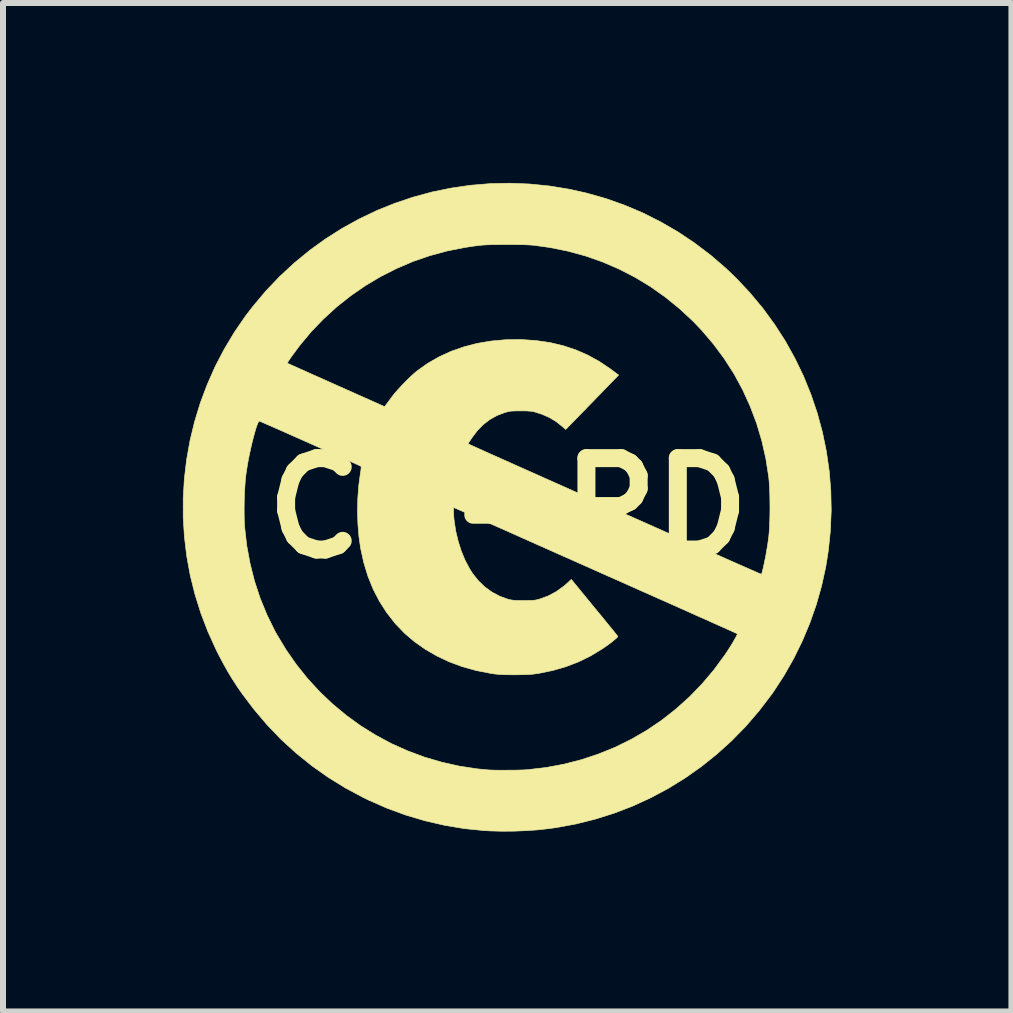
<source format=kicad_pcb>
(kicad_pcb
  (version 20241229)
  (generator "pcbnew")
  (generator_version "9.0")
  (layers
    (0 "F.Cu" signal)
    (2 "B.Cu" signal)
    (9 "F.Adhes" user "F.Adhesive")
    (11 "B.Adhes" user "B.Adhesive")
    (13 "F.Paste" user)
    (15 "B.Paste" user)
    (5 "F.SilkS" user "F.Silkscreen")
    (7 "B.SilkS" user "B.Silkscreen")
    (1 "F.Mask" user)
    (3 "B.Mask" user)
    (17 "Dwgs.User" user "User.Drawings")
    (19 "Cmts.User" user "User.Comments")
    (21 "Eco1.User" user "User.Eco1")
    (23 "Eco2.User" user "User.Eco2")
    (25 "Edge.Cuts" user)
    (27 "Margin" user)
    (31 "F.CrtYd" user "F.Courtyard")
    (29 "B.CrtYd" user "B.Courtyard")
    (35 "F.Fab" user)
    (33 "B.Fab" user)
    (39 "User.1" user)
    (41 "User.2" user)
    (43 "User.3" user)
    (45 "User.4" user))
  (footprint "CC-PD"
    (layer "F.Cu")
    (at 5.422 5.424)
    (property "Reference" "CC-PD" (at 0 0 0) (layer "F.SilkS") (effects (font (size 1.524 1.524) (thickness 0.3))))
    (attr through_hole)
    (fp_poly (pts (xy 0.357 -5.406) (xy 0.688 -5.373) (xy 1.019 -5.319) (xy 1.311 -5.254) (xy 1.632 -5.163) (xy 1.945 -5.052) (xy 2.251 -4.922) (xy 2.548 -4.772) (xy 2.836 -4.605) (xy 3.114 -4.419) (xy 3.38 -4.217) (xy 3.635 -3.997) (xy 3.804 -3.835) (xy 4.035 -3.589) (xy 4.249 -3.332) (xy 4.445 -3.063) (xy 4.624 -2.785) (xy 4.784 -2.497) (xy 4.927 -2.2) (xy 5.05 -1.896) (xy 5.155 -1.586) (xy 5.241 -1.269) (xy 5.307 -0.948) (xy 5.354 -0.622) (xy 5.381 -0.293) (xy 5.388 0.039) (xy 5.374 0.372) (xy 5.34 0.706) (xy 5.297 0.978) (xy 5.228 1.292) (xy 5.14 1.605) (xy 5.032 1.913) (xy 4.906 2.214) (xy 4.762 2.507) (xy 4.602 2.789) (xy 4.427 3.058) (xy 4.393 3.106) (xy 4.186 3.377) (xy 3.966 3.634) (xy 3.731 3.874) (xy 3.484 4.098) (xy 3.225 4.306) (xy 2.954 4.497) (xy 2.673 4.671) (xy 2.381 4.827) (xy 2.081 4.965) (xy 1.772 5.084) (xy 1.455 5.184) (xy 1.131 5.265) (xy 0.801 5.326) (xy 0.667 5.344) (xy 0.486 5.364) (xy 0.292 5.377) (xy 0.093 5.385) (xy -0.105 5.386) (xy -0.294 5.381) (xy -0.402 5.375) (xy -0.732 5.342) (xy -1.06 5.287) (xy -1.385 5.212) (xy -1.705 5.117) (xy -2.019 5.002) (xy -2.326 4.867) (xy -2.413 4.825) (xy -2.714 4.664) (xy -3.002 4.486) (xy -3.276 4.292) (xy -3.536 4.082) (xy -3.784 3.856) (xy -4.018 3.612) (xy -4.238 3.353) (xy -4.425 3.106) (xy -4.516 2.976) (xy -4.598 2.849) (xy -4.676 2.72) (xy -4.752 2.584) (xy -4.83 2.436) (xy -4.868 2.36) (xy -5.005 2.058) (xy -5.123 1.75) (xy -5.221 1.437) (xy -5.3 1.12) (xy -5.358 0.8) (xy -5.397 0.478) (xy -5.417 0.155) (xy -5.417 0.092) (xy -4.401 0.092) (xy -4.399 0.198) (xy -4.395 0.289) (xy -4.393 0.312) (xy -4.358 0.622) (xy -4.302 0.924) (xy -4.228 1.217) (xy -4.134 1.502) (xy -4.02 1.779) (xy -3.888 2.048) (xy -3.863 2.093) (xy -3.705 2.356) (xy -3.532 2.605) (xy -3.344 2.84) (xy -3.141 3.061) (xy -2.925 3.266) (xy -2.697 3.455) (xy -2.457 3.629) (xy -2.206 3.785) (xy -1.945 3.925) (xy -1.675 4.046) (xy -1.396 4.15) (xy -1.11 4.234) (xy -0.816 4.3) (xy -0.516 4.346) (xy -0.328 4.364) (xy -0.282 4.366) (xy -0.219 4.368) (xy -0.144 4.369) (xy -0.061 4.369) (xy 0.025 4.368) (xy 0.109 4.368) (xy 0.187 4.366) (xy 0.256 4.364) (xy 0.309 4.361) (xy 0.323 4.36) (xy 0.631 4.324) (xy 0.932 4.268) (xy 1.226 4.192) (xy 1.512 4.097) (xy 1.789 3.984) (xy 2.057 3.852) (xy 2.315 3.702) (xy 2.562 3.535) (xy 2.797 3.35) (xy 3.021 3.149) (xy 3.232 2.932) (xy 3.43 2.698) (xy 3.613 2.449) (xy 3.641 2.408) (xy 3.677 2.353) (xy 3.713 2.296) (xy 3.746 2.242) (xy 3.775 2.191) (xy 3.799 2.149) (xy 3.816 2.116) (xy 3.823 2.097) (xy 3.823 2.094) (xy 3.812 2.089) (xy 3.784 2.076) (xy 3.738 2.055) (xy 3.675 2.027) (xy 3.598 1.992) (xy 3.506 1.951) (xy 3.4 1.904) (xy 3.283 1.851) (xy 3.154 1.794) (xy 3.014 1.731) (xy 2.866 1.665) (xy 2.709 1.595) (xy 2.545 1.522) (xy 2.374 1.446) (xy 2.198 1.368) (xy 2.18 1.36) (xy 1.99 1.275) (xy 1.797 1.189) (xy 1.602 1.103) (xy 1.408 1.016) (xy 1.216 0.931) (xy 1.028 0.847) (xy 0.844 0.766) (xy 0.668 0.687) (xy 0.501 0.613) (xy 0.344 0.543) (xy 0.199 0.478) (xy 0.068 0.42) (xy -0.048 0.368) (xy -0.147 0.324) (xy -0.177 0.311) (xy -0.293 0.259) (xy -0.404 0.21) (xy -0.508 0.164) (xy -0.603 0.122) (xy -0.687 0.084) (xy -0.76 0.052) (xy -0.82 0.026) (xy -0.865 0.006) (xy -0.894 -0.006) (xy -0.905 -0.011) (xy -0.905 -0.011) (xy -0.908 -0.001) (xy -0.91 0.026) (xy -0.909 0.067) (xy -0.907 0.117) (xy -0.903 0.174) (xy -0.899 0.209) (xy -0.873 0.382) (xy -0.832 0.552) (xy -0.78 0.716) (xy -0.716 0.87) (xy -0.641 1.011) (xy -0.587 1.095) (xy -0.492 1.213) (xy -0.384 1.316) (xy -0.264 1.402) (xy -0.134 1.47) (xy -0.024 1.51) (xy 0.012 1.521) (xy 0.043 1.528) (xy 0.075 1.533) (xy 0.112 1.537) (xy 0.158 1.538) (xy 0.219 1.539) (xy 0.254 1.539) (xy 0.324 1.539) (xy 0.378 1.538) (xy 0.42 1.536) (xy 0.455 1.532) (xy 0.487 1.525) (xy 0.52 1.516) (xy 0.524 1.515) (xy 0.668 1.463) (xy 0.803 1.391) (xy 0.929 1.3) (xy 0.988 1.249) (xy 1.054 1.187) (xy 1.439 1.657) (xy 1.51 1.743) (xy 1.577 1.824) (xy 1.638 1.9) (xy 1.693 1.967) (xy 1.741 2.025) (xy 1.779 2.073) (xy 1.807 2.108) (xy 1.824 2.13) (xy 1.829 2.136) (xy 1.823 2.149) (xy 1.801 2.171) (xy 1.767 2.2) (xy 1.723 2.236) (xy 1.671 2.275) (xy 1.613 2.316) (xy 1.572 2.344) (xy 1.378 2.462) (xy 1.176 2.561) (xy 0.965 2.642) (xy 0.744 2.706) (xy 0.51 2.754) (xy 0.439 2.764) (xy 0.396 2.769) (xy 0.336 2.773) (xy 0.264 2.775) (xy 0.183 2.777) (xy 0.101 2.778) (xy 0.012 2.777) (xy -0.061 2.776) (xy -0.122 2.773) (xy -0.177 2.769) (xy -0.231 2.763) (xy -0.289 2.754) (xy -0.296 2.753) (xy -0.534 2.706) (xy -0.763 2.642) (xy -0.98 2.562) (xy -1.186 2.465) (xy -1.38 2.353) (xy -1.56 2.226) (xy -1.726 2.085) (xy -1.876 1.929) (xy -1.892 1.91) (xy -2.028 1.735) (xy -2.148 1.547) (xy -2.251 1.347) (xy -2.337 1.134) (xy -2.406 0.908) (xy -2.458 0.672) (xy -2.459 0.667) (xy -2.487 0.471) (xy -2.504 0.264) (xy -2.511 0.051) (xy -2.506 -0.162) (xy -2.491 -0.369) (xy -2.465 -0.565) (xy -2.459 -0.602) (xy -2.453 -0.643) (xy -2.45 -0.676) (xy -2.451 -0.696) (xy -2.452 -0.698) (xy -2.463 -0.704) (xy -2.491 -0.717) (xy -2.535 -0.737) (xy -2.594 -0.764) (xy -2.665 -0.796) (xy -2.747 -0.833) (xy -2.839 -0.873) (xy -2.937 -0.917) (xy -3.041 -0.964) (xy -3.15 -1.012) (xy -3.26 -1.061) (xy -3.372 -1.111) (xy -3.482 -1.16) (xy -3.589 -1.207) (xy -3.692 -1.253) (xy -3.788 -1.296) (xy -3.877 -1.335) (xy -3.956 -1.37) (xy -4.024 -1.399) (xy -4.078 -1.423) (xy -4.118 -1.44) (xy -4.142 -1.45) (xy -4.147 -1.452) (xy -4.159 -1.444) (xy -4.173 -1.417) (xy -4.19 -1.374) (xy -4.209 -1.317) (xy -4.229 -1.247) (xy -4.25 -1.168) (xy -4.272 -1.081) (xy -4.293 -0.989) (xy -4.314 -0.893) (xy -4.333 -0.796) (xy -4.35 -0.701) (xy -4.364 -0.608) (xy -4.371 -0.561) (xy -4.381 -0.475) (xy -4.388 -0.373) (xy -4.395 -0.261) (xy -4.399 -0.142) (xy -4.401 -0.023) (xy -4.401 0.092) (xy -5.417 0.092) (xy -5.417 -0.168) (xy -5.398 -0.491) (xy -5.36 -0.812) (xy -5.303 -1.13) (xy -5.227 -1.444) (xy -5.132 -1.755) (xy -5.018 -2.059) (xy -4.886 -2.358) (xy -4.854 -2.42) (xy -3.682 -2.42) (xy -3.682 -2.419) (xy -3.672 -2.414) (xy -3.644 -2.401) (xy -3.599 -2.381) (xy -3.54 -2.355) (xy -3.467 -2.322) (xy -3.381 -2.284) (xy -3.285 -2.24) (xy -3.179 -2.193) (xy -3.066 -2.143) (xy -2.946 -2.089) (xy -2.868 -2.054) (xy -2.058 -1.693) (xy -2.041 -1.717) (xy -2.028 -1.735) (xy -2.005 -1.765) (xy -1.976 -1.804) (xy -1.944 -1.848) (xy -1.941 -1.852) (xy -1.894 -1.912) (xy -1.834 -1.98) (xy -1.767 -2.053) (xy -1.696 -2.126) (xy -1.626 -2.194) (xy -1.561 -2.253) (xy -1.518 -2.289) (xy -1.341 -2.415) (xy -1.151 -2.524) (xy -0.95 -2.616) (xy -0.739 -2.69) (xy -0.517 -2.748) (xy -0.286 -2.787) (xy -0.047 -2.809) (xy 0.199 -2.813) (xy 0.228 -2.812) (xy 0.469 -2.795) (xy 0.698 -2.762) (xy 0.918 -2.71) (xy 1.127 -2.641) (xy 1.328 -2.553) (xy 1.521 -2.447) (xy 1.707 -2.322) (xy 1.723 -2.31) (xy 1.843 -2.22) (xy 1.739 -2.113) (xy 1.709 -2.082) (xy 1.667 -2.039) (xy 1.614 -1.984) (xy 1.553 -1.921) (xy 1.485 -1.852) (xy 1.414 -1.778) (xy 1.34 -1.703) (xy 1.298 -1.659) (xy 0.961 -1.313) (xy 0.906 -1.361) (xy 0.802 -1.444) (xy 0.689 -1.512) (xy 0.564 -1.567) (xy 0.445 -1.605) (xy 0.409 -1.613) (xy 0.367 -1.618) (xy 0.316 -1.622) (xy 0.25 -1.623) (xy 0.206 -1.623) (xy 0.14 -1.623) (xy 0.089 -1.621) (xy 0.05 -1.619) (xy 0.016 -1.614) (xy -0.017 -1.606) (xy -0.055 -1.595) (xy -0.056 -1.595) (xy -0.187 -1.545) (xy -0.306 -1.478) (xy -0.415 -1.394) (xy -0.515 -1.291) (xy -0.603 -1.174) (xy -0.669 -1.075) (xy -0.639 -1.061) (xy -0.61 -1.047) (xy -0.563 -1.026) (xy -0.501 -0.998) (xy -0.423 -0.963) (xy -0.331 -0.921) (xy -0.225 -0.874) (xy -0.107 -0.821) (xy 0.022 -0.764) (xy 0.161 -0.701) (xy 0.31 -0.635) (xy 0.467 -0.565) (xy 0.632 -0.491) (xy 0.803 -0.415) (xy 0.979 -0.337) (xy 1.159 -0.256) (xy 1.343 -0.174) (xy 1.529 -0.091) (xy 1.717 -0.008) (xy 1.905 0.076) (xy 2.093 0.159) (xy 2.278 0.241) (xy 2.461 0.323) (xy 2.641 0.403) (xy 2.816 0.48) (xy 2.985 0.555) (xy 3.148 0.628) (xy 3.303 0.696) (xy 3.45 0.761) (xy 3.587 0.822) (xy 3.713 0.878) (xy 3.828 0.929) (xy 3.93 0.974) (xy 4.019 1.013) (xy 4.093 1.045) (xy 4.151 1.071) (xy 4.193 1.089) (xy 4.218 1.099) (xy 4.224 1.102) (xy 4.229 1.09) (xy 4.238 1.061) (xy 4.248 1.021) (xy 4.258 0.979) (xy 4.296 0.799) (xy 4.329 0.604) (xy 4.346 0.482) (xy 4.353 0.409) (xy 4.359 0.32) (xy 4.363 0.217) (xy 4.366 0.107) (xy 4.367 -0.009) (xy 4.366 -0.125) (xy 4.364 -0.238) (xy 4.36 -0.342) (xy 4.354 -0.435) (xy 4.347 -0.512) (xy 4.346 -0.519) (xy 4.298 -0.827) (xy 4.23 -1.127) (xy 4.143 -1.418) (xy 4.036 -1.701) (xy 3.911 -1.975) (xy 3.768 -2.239) (xy 3.605 -2.493) (xy 3.425 -2.736) (xy 3.227 -2.968) (xy 3.085 -3.117) (xy 2.86 -3.326) (xy 2.624 -3.518) (xy 2.377 -3.693) (xy 2.12 -3.849) (xy 1.853 -3.986) (xy 1.576 -4.106) (xy 1.291 -4.206) (xy 0.998 -4.286) (xy 0.698 -4.347) (xy 0.439 -4.383) (xy 0.383 -4.388) (xy 0.311 -4.392) (xy 0.225 -4.395) (xy 0.131 -4.396) (xy 0.031 -4.397) (xy -0.071 -4.397) (xy -0.17 -4.396) (xy -0.263 -4.395) (xy -0.347 -4.392) (xy -0.417 -4.388) (xy -0.47 -4.383) (xy -0.471 -4.383) (xy -0.531 -4.376) (xy -0.603 -4.366) (xy -0.674 -4.355) (xy -0.72 -4.348) (xy -1.014 -4.29) (xy -1.302 -4.212) (xy -1.584 -4.115) (xy -1.858 -3.998) (xy -2.123 -3.864) (xy -2.378 -3.712) (xy -2.623 -3.543) (xy -2.857 -3.358) (xy -3.077 -3.157) (xy -3.285 -2.941) (xy -3.477 -2.71) (xy -3.605 -2.537) (xy -3.635 -2.494) (xy -3.659 -2.459) (xy -3.675 -2.433) (xy -3.682 -2.42) (xy -4.854 -2.42) (xy -4.735 -2.648) (xy -4.566 -2.931) (xy -4.378 -3.205) (xy -4.255 -3.365) (xy -4.037 -3.624) (xy -3.806 -3.866) (xy -3.563 -4.091) (xy -3.308 -4.3) (xy -3.042 -4.492) (xy -2.766 -4.667) (xy -2.481 -4.824) (xy -2.188 -4.964) (xy -1.887 -5.085) (xy -1.58 -5.188) (xy -1.267 -5.273) (xy -0.949 -5.338) (xy -0.626 -5.385) (xy -0.301 -5.412) (xy 0.027 -5.419) (xy 0.357 -5.406)) (stroke (width 0.01) (type solid)) (fill yes) (layer "F.SilkS")))
  (gr_rect
    (start -3 -3)
    (end 13.815 13.815)
    (stroke (width 0.1) (type default))
    (fill no)
    (layer "Edge.Cuts")))
</source>
